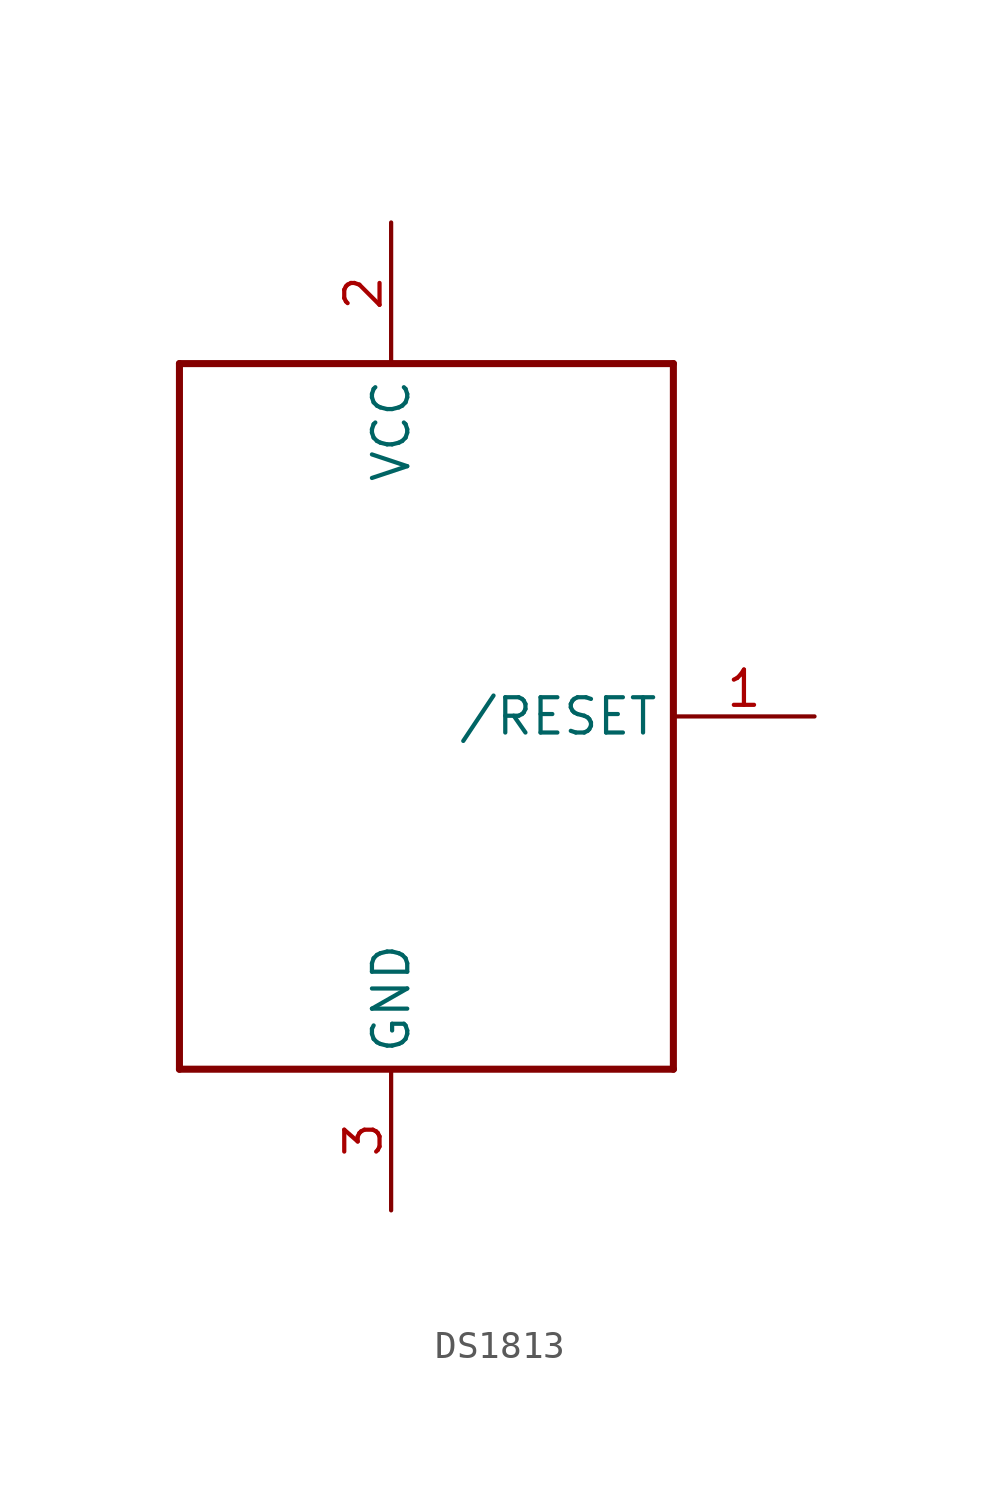
<source format=kicad_sym>
(kicad_symbol_lib
  (version 20220914)
  (generator kicad_symbol_editor)
  (symbol "DS1813"
    (property "Reference" ""
      (at 0 0 0)
      (effects (font (size 1.27 1.27)) hide))
    (property "ki_locked" ""
      (at 0 0 0)
      (effects (font (size 1.27 1.27))))
    (symbol "DS1813_1_0"
      (polyline (pts (xy -5.08 -15.24) (xy -5.08 10.16)) (stroke (width 0.254) (type solid)) (fill (type none)))
      (polyline (pts (xy -5.08 10.16) (xy 12.7 10.16)) (stroke (width 0.254) (type solid)) (fill (type none)))
      (polyline (pts (xy 12.7 -15.24) (xy -5.08 -15.24)) (stroke (width 0.254) (type solid)) (fill (type none)))
      (polyline (pts (xy 12.7 10.16) (xy 12.7 -15.24)) (stroke (width 0.254) (type solid)) (fill (type none)))
      (pin output line (at 17.78 -2.54 180) (length 5.08) (name "/RESET" (effects (font (size 1.27 1.27)))) (number "1" (effects (font (size 1.27 1.27)))))
      (pin power_in line (at 2.54 15.24 270) (length 5.08) (name "VCC" (effects (font (size 1.27 1.27)))) (number "2" (effects (font (size 1.27 1.27)))))
      (pin power_in line (at 2.54 -20.32 90) (length 5.08) (name "GND" (effects (font (size 1.27 1.27)))) (number "3" (effects (font (size 1.27 1.27))))))))
</source>
